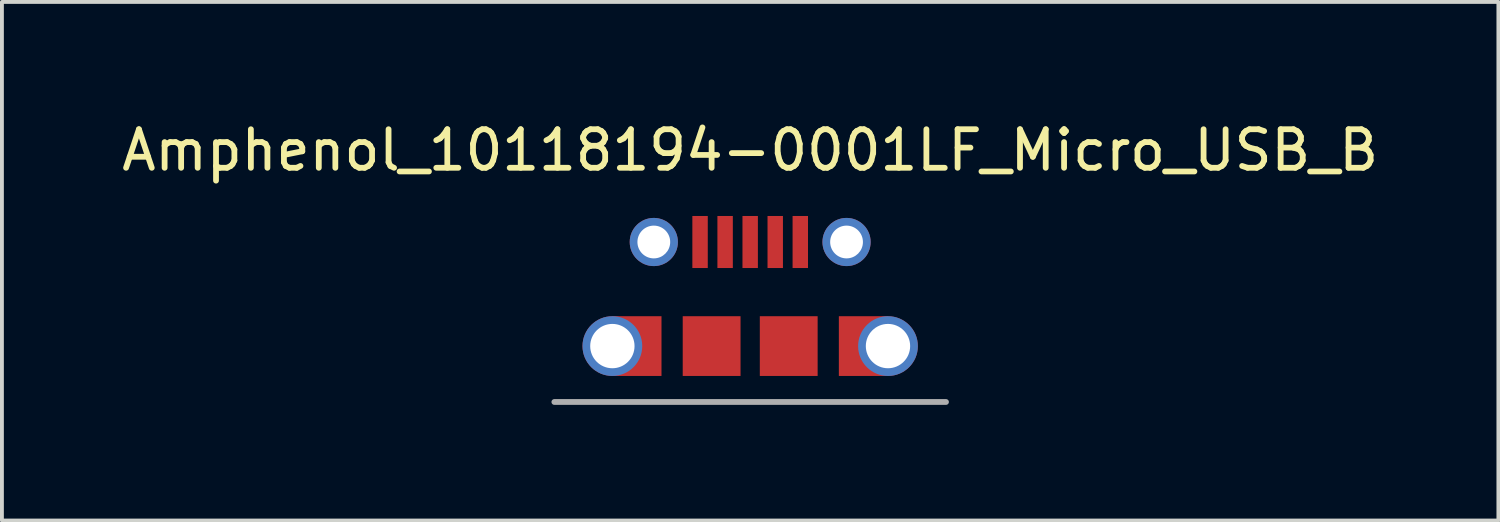
<source format=kicad_pcb>
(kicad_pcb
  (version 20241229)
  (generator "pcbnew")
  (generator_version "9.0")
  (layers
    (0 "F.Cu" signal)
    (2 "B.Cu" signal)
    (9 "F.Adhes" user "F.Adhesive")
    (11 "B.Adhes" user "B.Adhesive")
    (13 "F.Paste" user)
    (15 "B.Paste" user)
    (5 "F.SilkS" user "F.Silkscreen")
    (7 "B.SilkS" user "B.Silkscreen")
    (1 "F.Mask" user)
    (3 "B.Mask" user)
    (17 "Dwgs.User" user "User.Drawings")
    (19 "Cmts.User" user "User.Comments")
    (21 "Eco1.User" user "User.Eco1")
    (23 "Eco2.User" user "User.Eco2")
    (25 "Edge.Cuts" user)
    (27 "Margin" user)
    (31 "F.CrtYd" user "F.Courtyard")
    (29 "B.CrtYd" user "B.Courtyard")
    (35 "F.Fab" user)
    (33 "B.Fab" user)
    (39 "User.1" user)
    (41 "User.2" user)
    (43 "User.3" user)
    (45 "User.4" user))
  (footprint "Amphenol_10118194-0001LF_Micro_USB_B"
    (layer "F.Cu")
    (at 16.411 5.928)
    (property "Reference" "Amphenol_10118194-0001LF_Micro_USB_B" (at 0 -5.08 0) (layer "F.SilkS") (effects (font (size 1 1) (thickness 0.15))))
    (attr through_hole)
    (fp_line (start -5.08 1.45) (end 5.08 1.45) (stroke (width 0.15) (type solid)) (layer "F.Fab"))
    (pad "" thru_hole circle (at -3.575 0) (size 1.55 1.55) (drill 1.15) (layers "*.Cu" "*.Mask"))
    (pad "" smd rect (at -2.938 0) (size 1.275 1.55) (layers "F.Cu" "F.Mask" "F.Paste"))
    (pad "" thru_hole circle (at -2.5 -2.7) (size 1.25 1.25) (drill 0.85) (layers "*.Cu" "*.Mask"))
    (pad "" smd rect (at -1 0) (size 1.5 1.55) (layers "F.Cu" "F.Mask" "F.Paste"))
    (pad "" smd rect (at 1 0) (size 1.5 1.55) (layers "F.Cu" "F.Mask" "F.Paste"))
    (pad "" thru_hole circle (at 2.5 -2.7) (size 1.25 1.25) (drill 0.85) (layers "*.Cu" "*.Mask"))
    (pad "" smd rect (at 2.938 0) (size 1.275 1.55) (layers "F.Cu" "F.Mask" "F.Paste"))
    (pad "" thru_hole circle (at 3.575 0) (size 1.55 1.55) (drill 1.15) (layers "*.Cu" "*.Mask"))
    (pad "1" smd rect (at -1.3 -2.7) (size 0.4 1.35) (layers "F.Cu" "F.Mask" "F.Paste"))
    (pad "2" smd rect (at -0.65 -2.7) (size 0.4 1.35) (layers "F.Cu" "F.Mask" "F.Paste"))
    (pad "3" smd rect (at 0 -2.7) (size 0.4 1.35) (layers "F.Cu" "F.Mask" "F.Paste"))
    (pad "4" smd rect (at 0.65 -2.7) (size 0.4 1.35) (layers "F.Cu" "F.Mask" "F.Paste"))
    (pad "5" smd rect (at 1.3 -2.7) (size 0.4 1.35) (layers "F.Cu" "F.Mask" "F.Paste")))
  (gr_rect
    (start -3 -3)
    (end 35.821 10.453)
    (stroke (width 0.1) (type default))
    (fill no)
    (layer "Edge.Cuts")))
</source>
